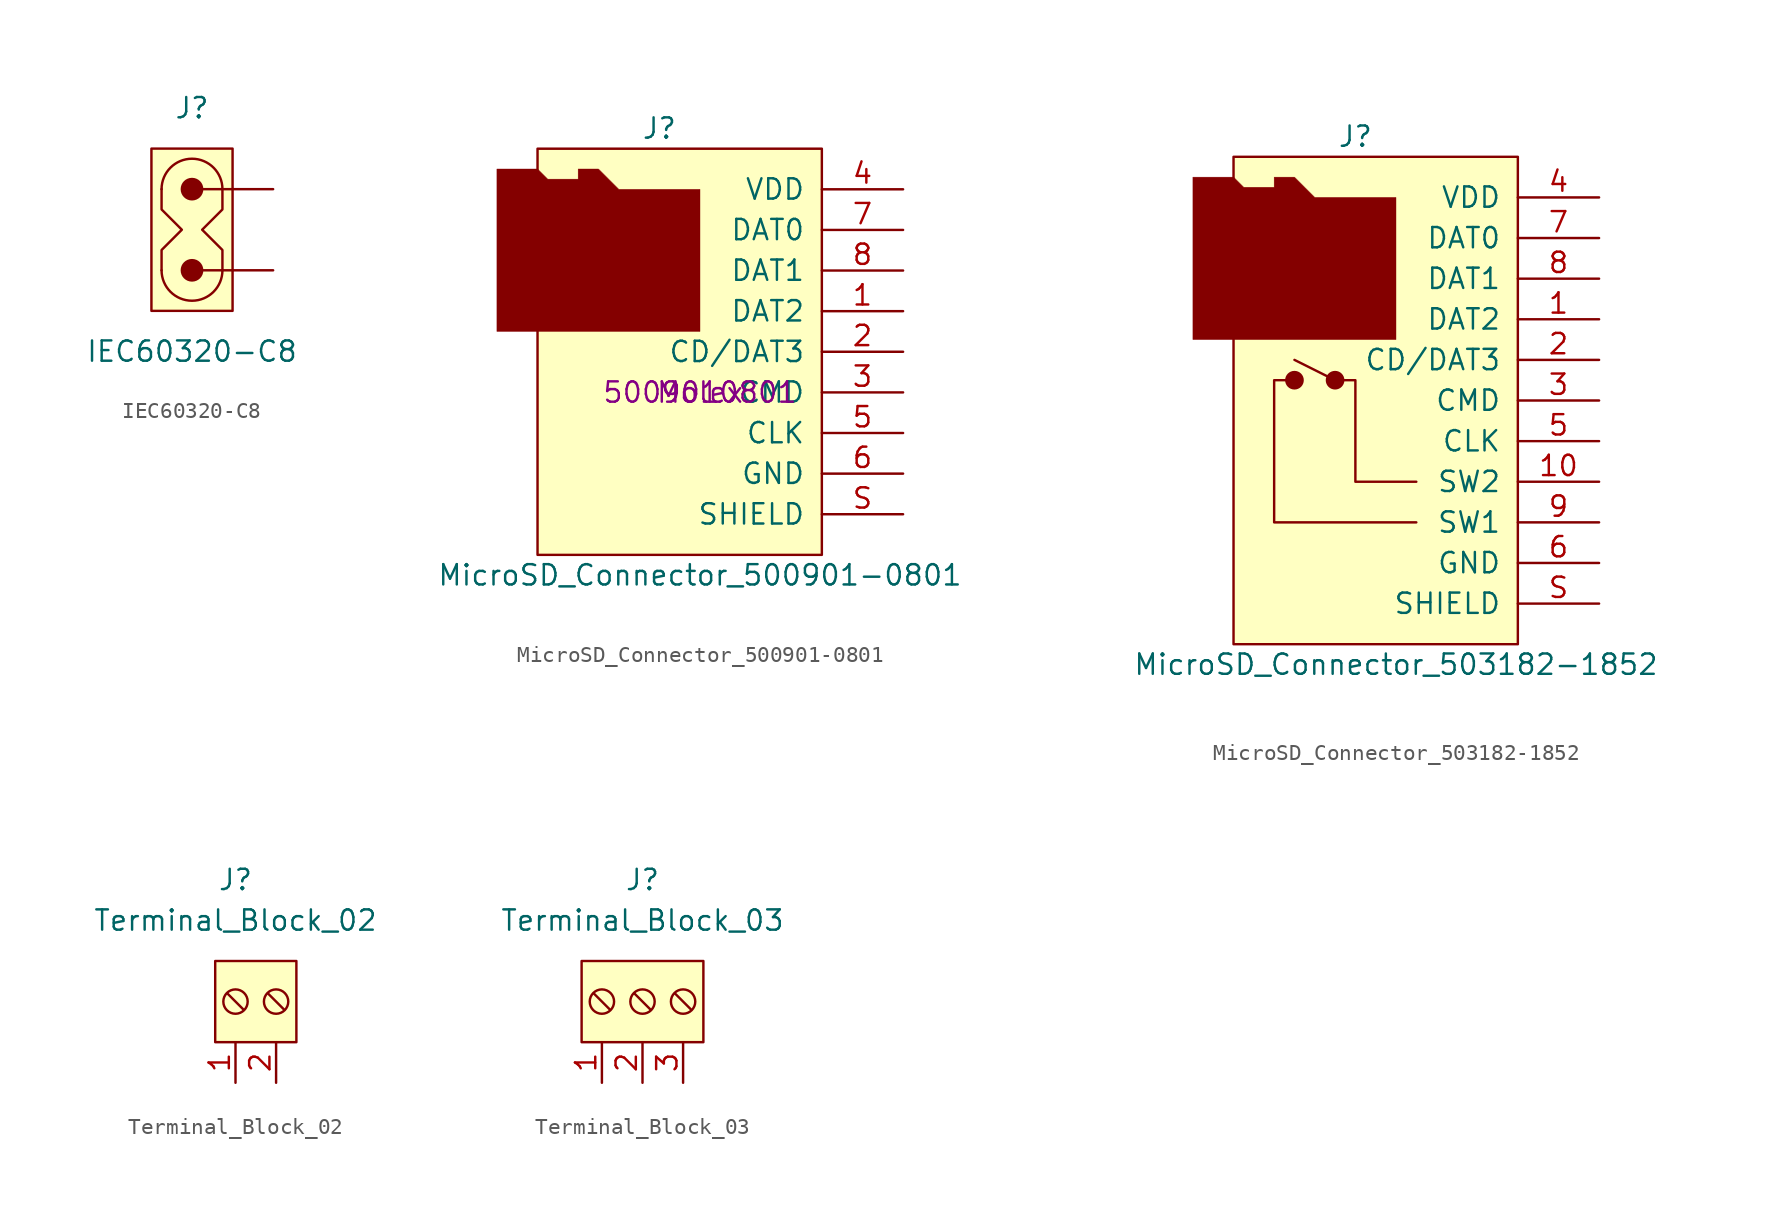
<source format=kicad_sym>
(kicad_symbol_lib
  (version 20220914)
  (generator kicad_symbol_editor)
  (symbol "IEC60320-C8"
    (pin_numbers hide)
    (pin_names hide)
    (property "Reference" "J"
      (at 0 7.62 0)
      (effects (font (size 1.27 1.27))))
    (property "Value" "IEC60320-C8"
      (at 0 -7.62 0)
      (effects (font (size 1.27 1.27))))
    (symbol "IEC60320-C8_0_0"
      (pin passive line (at 5.08 -2.54 180) (length 2.54) (name "e~{}" (effects (font (size 1.27 1.27)))) (number "1" (effects (font (size 1.27 1.27)))))
      (pin passive line (at 5.08 2.54 180) (length 2.54) (name "~" (effects (font (size 1.27 1.27)))) (number "2" (effects (font (size 1.27 1.27))))))
    (symbol "IEC60320-C8_0_1"
      (rectangle (start -2.54 -5.08) (end 2.54 5.08) (stroke (width 0) (type default)) (fill (type background)))
      (arc (start -1.905 -2.54) (mid 0 -4.4367) (end 1.905 -2.54) (stroke (width 0.1524) (type default)) (fill (type none)))
      (circle (center 0 -2.54) (radius 0.635) (stroke (width 0.152) (type default)) (fill (type outline)))
      (polyline (pts (xy 0.635 -2.54) (xy 2.54 -2.54)) (stroke (width 0.152) (type default)) (fill (type none)))
      (polyline (pts (xy 0.635 2.54) (xy 2.54 2.54)) (stroke (width 0.152) (type default)) (fill (type none)))
      (polyline (pts (xy -1.905 2.54) (xy -1.905 1.27) (xy -0.635 0) (xy -1.905 -1.27) (xy -1.905 -2.54)) (stroke (width 0.152) (type default)) (fill (type none)))
      (polyline (pts (xy 1.905 2.54) (xy 1.905 1.27) (xy 0.635 0) (xy 1.905 -1.27) (xy 1.905 -2.54)) (stroke (width 0.152) (type default)) (fill (type none)))
      (circle (center 0 2.54) (radius 0.635) (stroke (width 0.152) (type default)) (fill (type outline)))
      (arc (start 1.905 2.54) (mid 0 4.4367) (end -1.905 2.54) (stroke (width 0.1524) (type default)) (fill (type none)))))
  (symbol "MicroSD_Connector_500901-0801"
    (pin_names
      (offset 1.016))
    (property "Reference" "J"
      (at -2.54 16.51 0)
      (effects (font (size 1.27 1.27))))
    (property "Value" "MicroSD_Connector_500901-0801"
      (at 0 -11.43 0)
      (effects (font (size 1.27 1.27))))
    (property "MFR" "Molex"
      (at 0 0 0)
      (effects (font (size 1.27 1.27))))
    (property "MFR REF" "5009010801"
      (at 0 0 0)
      (effects (font (size 1.27 1.27))))
    (symbol "MicroSD_Connector_500901-0801_1_1"
      (polyline (pts (xy -12.7 13.97) (xy -10.16 13.97) (xy -9.525 13.335) (xy -7.62 13.335) (xy -7.62 13.97) (xy -6.35 13.97) (xy -5.08 12.7) (xy 0 12.7) (xy 0 3.81) (xy -12.7 3.81) (xy -12.7 13.97)) (stroke (width 0.025) (type default)) (fill (type outline)))
      (rectangle (start 7.62 15.24) (end -10.16 -10.16) (stroke (width 0.152) (type default)) (fill (type background)))
      (pin bidirectional line (at 12.7 5.08 180) (length 5.08) (name "DAT2" (effects (font (size 1.27 1.27)))) (number "1" (effects (font (size 1.27 1.27)))))
      (pin bidirectional line (at 12.7 2.54 180) (length 5.08) (name "CD/DAT3" (effects (font (size 1.27 1.27)))) (number "2" (effects (font (size 1.27 1.27)))))
      (pin open_collector line (at 12.7 0 180) (length 5.08) (name "CMD" (effects (font (size 1.27 1.27)))) (number "3" (effects (font (size 1.27 1.27)))))
      (pin power_in line (at 12.7 12.7 180) (length 5.08) (name "VDD" (effects (font (size 1.27 1.27)))) (number "4" (effects (font (size 1.27 1.27)))))
      (pin input line (at 12.7 -2.54 180) (length 5.08) (name "CLK" (effects (font (size 1.27 1.27)))) (number "5" (effects (font (size 1.27 1.27)))))
      (pin power_in line (at 12.7 -5.08 180) (length 5.08) (name "GND" (effects (font (size 1.27 1.27)))) (number "6" (effects (font (size 1.27 1.27)))))
      (pin bidirectional line (at 12.7 10.16 180) (length 5.08) (name "DAT0" (effects (font (size 1.27 1.27)))) (number "7" (effects (font (size 1.27 1.27)))))
      (pin bidirectional line (at 12.7 7.62 180) (length 5.08) (name "DAT1" (effects (font (size 1.27 1.27)))) (number "8" (effects (font (size 1.27 1.27)))))
      (pin input line (at 12.7 -7.62 180) (length 5.08) (name "SHIELD" (effects (font (size 1.27 1.27)))) (number "S" (effects (font (size 1.27 1.27)))))))
  (symbol "MicroSD_Connector_503182-1852"
    (pin_names
      (offset 1.016))
    (property "Reference" "J"
      (at -2.54 16.51 0)
      (effects (font (size 1.27 1.27))))
    (property "Value" "MicroSD_Connector_503182-1852"
      (at 0 -16.51 0)
      (effects (font (size 1.27 1.27))))
    (symbol "MicroSD_Connector_503182-1852_0_1"
      (circle (center -6.35 1.27) (radius 0.508) (stroke (width 0) (type default)) (fill (type outline)))
      (circle (center -3.81 1.27) (radius 0.508) (stroke (width 0.152) (type default)) (fill (type outline))))
    (symbol "MicroSD_Connector_503182-1852_1_1"
      (polyline (pts (xy -6.35 2.54) (xy -4.318 1.524)) (stroke (width 0.152) (type default)) (fill (type none)))
      (polyline (pts (xy -3.302 1.27) (xy -2.54 1.27) (xy -2.54 -5.08) (xy 1.27 -5.08)) (stroke (width 0.152) (type default)) (fill (type none)))
      (polyline (pts (xy 1.27 -7.62) (xy -7.62 -7.62) (xy -7.62 1.27) (xy -6.858 1.27)) (stroke (width 0.152) (type default)) (fill (type none)))
      (polyline (pts (xy -12.7 13.97) (xy -10.16 13.97) (xy -9.525 13.335) (xy -7.62 13.335) (xy -7.62 13.97) (xy -6.35 13.97) (xy -5.08 12.7) (xy 0 12.7) (xy 0 3.81) (xy -12.7 3.81) (xy -12.7 13.97)) (stroke (width 0.025) (type default)) (fill (type outline)))
      (rectangle (start 7.62 15.24) (end -10.16 -15.24) (stroke (width 0.152) (type default)) (fill (type background)))
      (pin bidirectional line (at 12.7 5.08 180) (length 5.08) (name "DAT2" (effects (font (size 1.27 1.27)))) (number "1" (effects (font (size 1.27 1.27)))))
      (pin passive line (at 12.7 -5.08 180) (length 5.08) (name "SW2" (effects (font (size 1.27 1.27)))) (number "10" (effects (font (size 1.27 1.27)))))
      (pin bidirectional line (at 12.7 2.54 180) (length 5.08) (name "CD/DAT3" (effects (font (size 1.27 1.27)))) (number "2" (effects (font (size 1.27 1.27)))))
      (pin open_collector line (at 12.7 0 180) (length 5.08) (name "CMD" (effects (font (size 1.27 1.27)))) (number "3" (effects (font (size 1.27 1.27)))))
      (pin power_in line (at 12.7 12.7 180) (length 5.08) (name "VDD" (effects (font (size 1.27 1.27)))) (number "4" (effects (font (size 1.27 1.27)))))
      (pin input line (at 12.7 -2.54 180) (length 5.08) (name "CLK" (effects (font (size 1.27 1.27)))) (number "5" (effects (font (size 1.27 1.27)))))
      (pin power_in line (at 12.7 -10.16 180) (length 5.08) (name "GND" (effects (font (size 1.27 1.27)))) (number "6" (effects (font (size 1.27 1.27)))))
      (pin bidirectional line (at 12.7 10.16 180) (length 5.08) (name "DAT0" (effects (font (size 1.27 1.27)))) (number "7" (effects (font (size 1.27 1.27)))))
      (pin bidirectional line (at 12.7 7.62 180) (length 5.08) (name "DAT1" (effects (font (size 1.27 1.27)))) (number "8" (effects (font (size 1.27 1.27)))))
      (pin passive line (at 12.7 -7.62 180) (length 5.08) (name "SW1" (effects (font (size 1.27 1.27)))) (number "9" (effects (font (size 1.27 1.27)))))
      (pin input line (at 12.7 -12.7 180) (length 5.08) (name "SHIELD" (effects (font (size 1.27 1.27)))) (number "S" (effects (font (size 1.27 1.27)))))))
  (symbol "Terminal_Block_02"
    (pin_names hide)
    (property "Reference" "J"
      (at 0 7.62 0)
      (effects (font (size 1.27 1.27))))
    (property "Value" "Terminal_Block_02"
      (at 0 5.08 0)
      (effects (font (size 1.27 1.27))))
    (symbol "Terminal_Block_02_0_0"
      (pin passive line (at 0 -5.08 90) (length 2.54) (name "~" (effects (font (size 1.27 1.27)))) (number "1" (effects (font (size 1.27 1.27)))))
      (pin passive line (at 2.54 -5.08 90) (length 2.54) (name "~" (effects (font (size 1.27 1.27)))) (number "2" (effects (font (size 1.27 1.27))))))
    (symbol "Terminal_Block_02_0_1"
      (rectangle (start -1.27 2.54) (end 3.81 -2.54) (stroke (width 0.152) (type default)) (fill (type background)))
      (polyline (pts (xy -0.508 0.508) (xy 0.508 -0.508)) (stroke (width 0.152) (type default)) (fill (type none)))
      (polyline (pts (xy 2.032 0.508) (xy 3.048 -0.508)) (stroke (width 0.152) (type default)) (fill (type none)))
      (circle (center 0 0) (radius 0.762) (stroke (width 0.152) (type default)) (fill (type none)))
      (circle (center 2.54 0) (radius 0.762) (stroke (width 0.152) (type default)) (fill (type none)))))
  (symbol "Terminal_Block_03"
    (pin_names hide)
    (property "Reference" "J"
      (at 0 7.62 0)
      (effects (font (size 1.27 1.27))))
    (property "Value" "Terminal_Block_03"
      (at 0 5.08 0)
      (effects (font (size 1.27 1.27))))
    (symbol "Terminal_Block_03_0_0"
      (pin passive line (at -2.54 -5.08 90) (length 2.54) (name "~" (effects (font (size 1.27 1.27)))) (number "1" (effects (font (size 1.27 1.27)))))
      (pin passive line (at 0 -5.08 90) (length 2.54) (name "~" (effects (font (size 1.27 1.27)))) (number "2" (effects (font (size 1.27 1.27)))))
      (pin passive line (at 2.54 -5.08 90) (length 2.54) (name "~" (effects (font (size 1.27 1.27)))) (number "3" (effects (font (size 1.27 1.27))))))
    (symbol "Terminal_Block_03_0_1"
      (rectangle (start -3.81 2.54) (end 3.81 -2.54) (stroke (width 0.152) (type default)) (fill (type background)))
      (circle (center -2.54 0) (radius 0.762) (stroke (width 0.152) (type default)) (fill (type none)))
      (polyline (pts (xy -3.048 0.508) (xy -2.032 -0.508)) (stroke (width 0.152) (type default)) (fill (type none)))
      (polyline (pts (xy -0.508 0.508) (xy 0.508 -0.508)) (stroke (width 0.152) (type default)) (fill (type none)))
      (polyline (pts (xy 2.032 0.508) (xy 3.048 -0.508)) (stroke (width 0.152) (type default)) (fill (type none)))
      (circle (center 0 0) (radius 0.762) (stroke (width 0.152) (type default)) (fill (type none)))
      (circle (center 2.54 0) (radius 0.762) (stroke (width 0.152) (type default)) (fill (type none))))))
</source>
